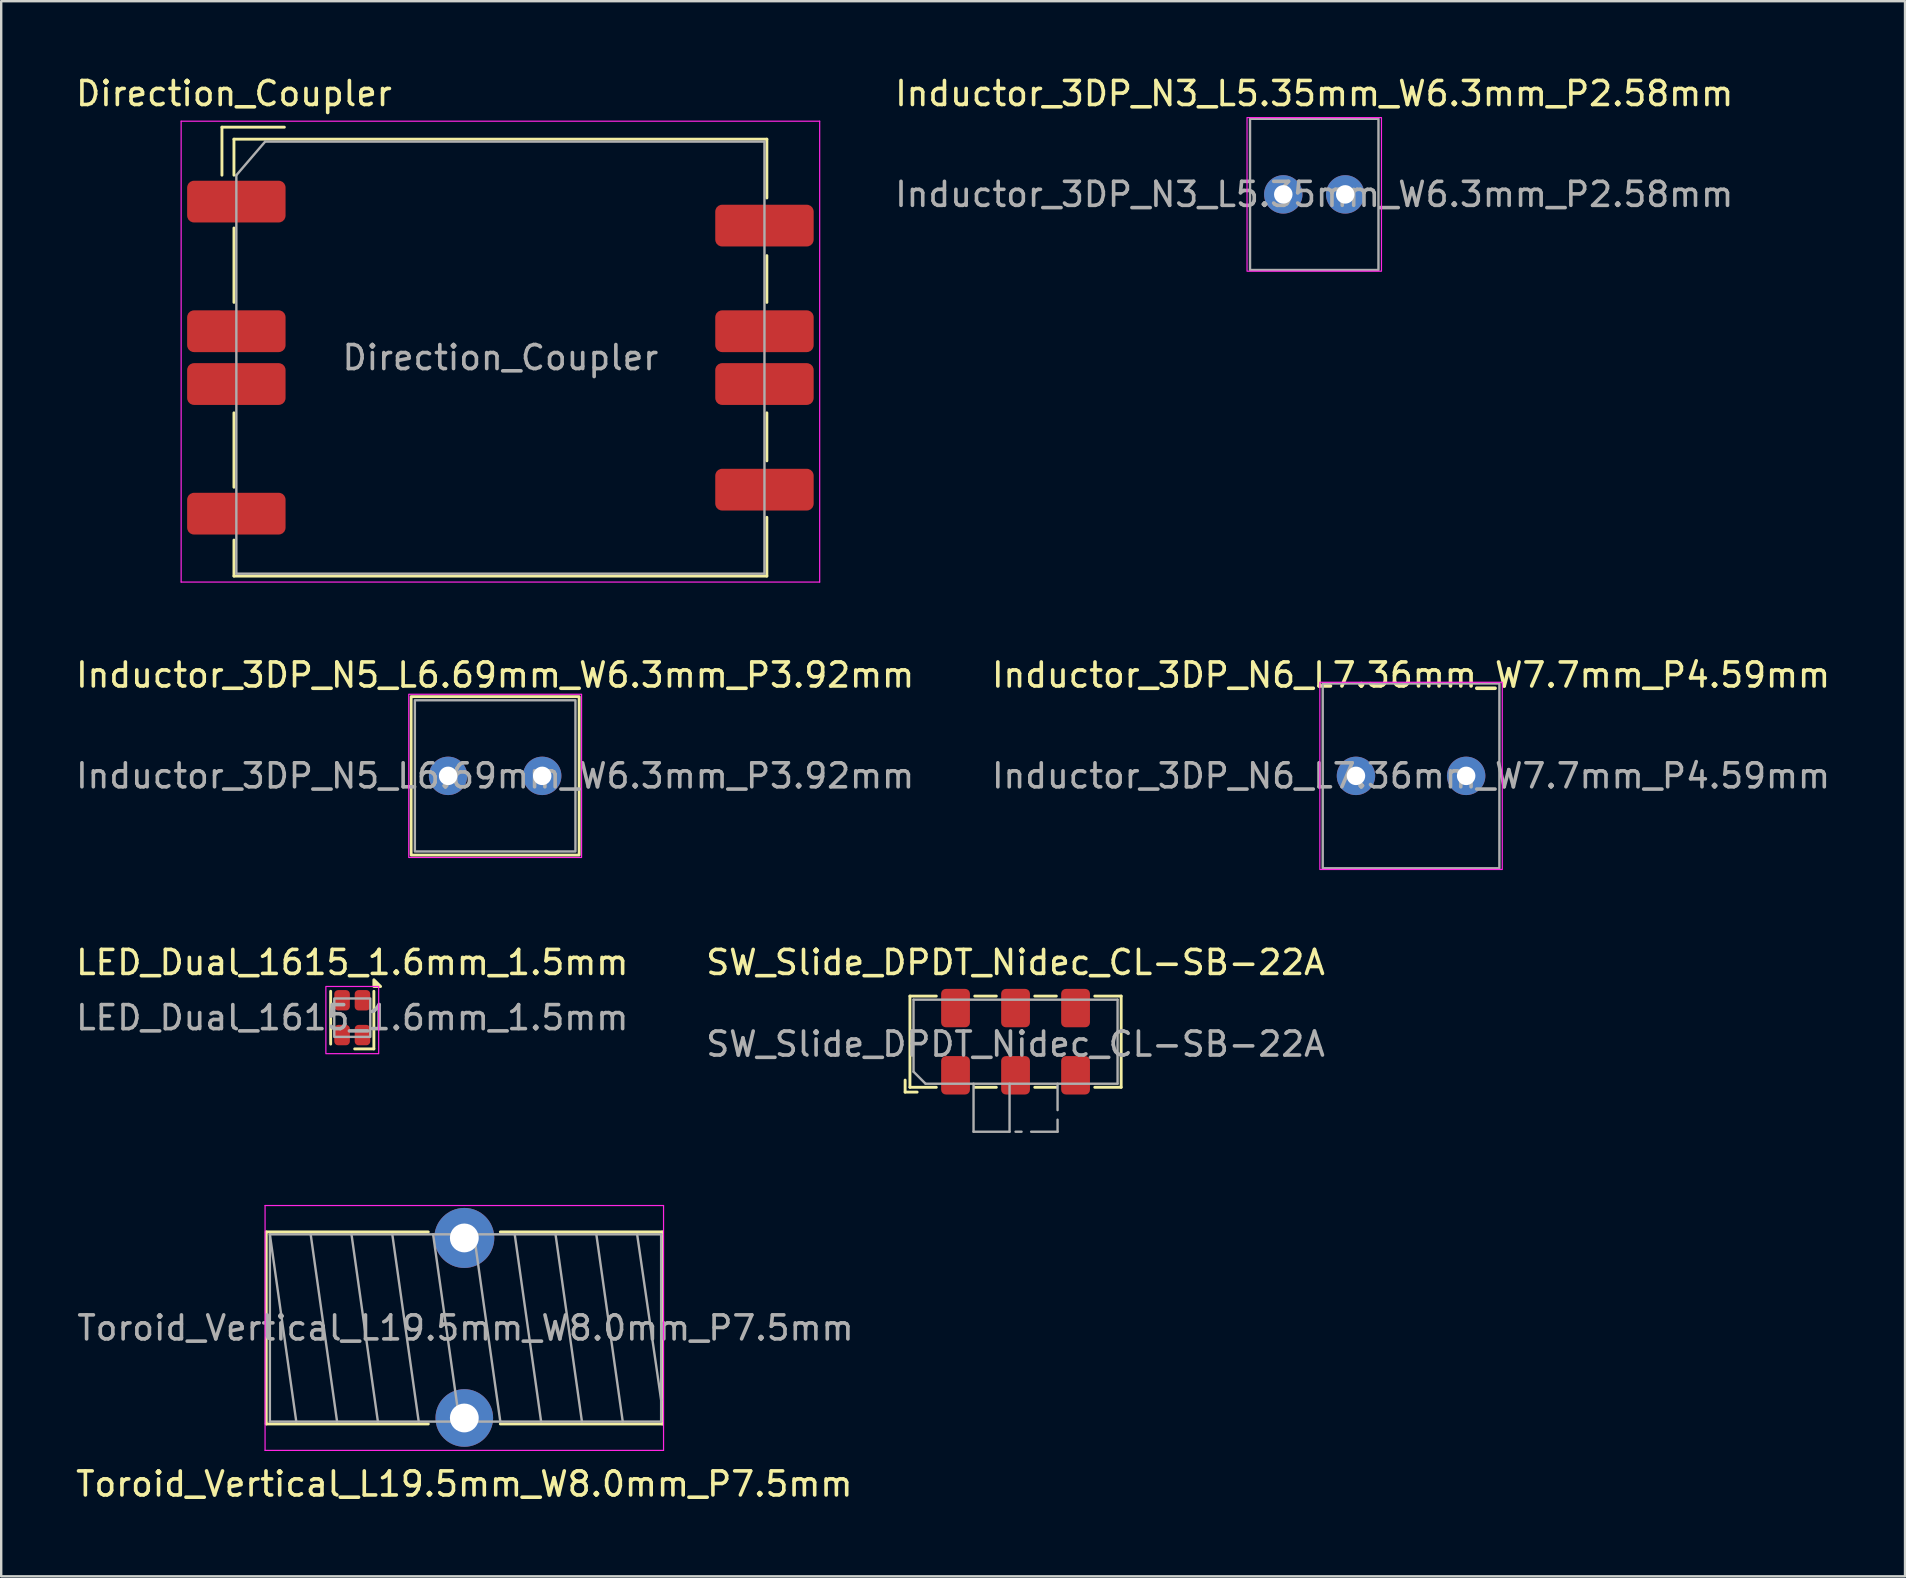
<source format=kicad_pcb>
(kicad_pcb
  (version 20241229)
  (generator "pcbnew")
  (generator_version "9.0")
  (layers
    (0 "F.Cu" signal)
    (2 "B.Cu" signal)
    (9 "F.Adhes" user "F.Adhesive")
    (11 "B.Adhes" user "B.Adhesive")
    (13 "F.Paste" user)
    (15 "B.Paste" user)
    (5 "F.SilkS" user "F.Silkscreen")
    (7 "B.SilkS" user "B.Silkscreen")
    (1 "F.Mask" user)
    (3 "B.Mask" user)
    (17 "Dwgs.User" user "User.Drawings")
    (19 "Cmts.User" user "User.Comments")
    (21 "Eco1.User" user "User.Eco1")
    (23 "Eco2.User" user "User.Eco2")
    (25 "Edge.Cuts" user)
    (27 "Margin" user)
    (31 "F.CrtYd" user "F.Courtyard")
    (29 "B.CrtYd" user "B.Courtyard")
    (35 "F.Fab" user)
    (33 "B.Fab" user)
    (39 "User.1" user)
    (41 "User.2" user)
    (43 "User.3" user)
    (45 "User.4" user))
  (footprint "Inductor_3DP_N3_L5.35mm_W6.3mm_P2.58mm"
    (layer "F.Cu")
    (at 51.699 5.048)
    (property "Reference" "Inductor_3DP_N3_L5.35mm_W6.3mm_P2.58mm" (at 0 -4.2 0) (unlocked yes) (layer "F.SilkS") (effects (font (size 1 1) (thickness 0.15))))
    (attr through_hole)
    (fp_rect (start -2.8 -3.2) (end 2.8 3.2) (stroke (width 0.05) (type default)) (fill no) (layer "F.CrtYd"))
    (fp_rect (start -2.675 -3.15) (end 2.675 3.15) (stroke (width 0.1) (type default)) (fill no) (layer "F.Fab"))
    (fp_text user "${REFERENCE}" (at 0 0 0) (unlocked yes) (layer "F.Fab") (effects (font (size 1 1) (thickness 0.15))))
    (pad "1" thru_hole circle (at -1.29 0) (size 1.6 1.6) (drill 0.77) (layers "*.Cu" "*.Mask"))
    (pad "2" thru_hole circle (at 1.29 0) (size 1.6 1.6) (drill 0.77) (layers "*.Cu" "*.Mask")))
  (footprint "LED_Dual_1615_1.6mm_1.5mm"
    (layer "F.Cu")
    (at 11.625 39.345)
    (property "Reference" "LED_Dual_1615_1.6mm_1.5mm" (at 0 -2.3 0) (unlocked yes) (layer "F.SilkS") (effects (font (size 1 1) (thickness 0.15))))
    (attr smd)
    (fp_line (start -0.9 -1.1) (end -0.9 1.1) (stroke (width 0.12) (type default)) (layer "F.SilkS"))
    (fp_line (start 0.9 -1.1) (end 0.9 1.3) (stroke (width 0.12) (type default)) (layer "F.SilkS"))
    (fp_line (start 0.9 1.3) (end 0.1 1.3) (stroke (width 0.12) (type default)) (layer "F.SilkS"))
    (fp_poly (pts (xy 0.9 -1.3) (xy 0.9 -1.58) (xy 1.18 -1.3) (xy 0.9 -1.3)) (stroke (width 0.12) (type solid)) (fill yes) (layer "F.SilkS"))
    (fp_rect (start -1.1 -1.3) (end 1.1 1.5) (stroke (width 0.05) (type default)) (fill no) (layer "F.CrtYd"))
    (fp_rect (start -0.75 -0.8) (end 0.75 0.8) (stroke (width 0.1) (type default)) (fill no) (layer "F.Fab"))
    (fp_text user "${REFERENCE}" (at 0 0 0) (unlocked yes) (layer "F.Fab") (effects (font (size 1 1) (thickness 0.15))))
    (pad "1" smd roundrect (at 0.425 -0.725) (size 0.65 0.85) (layers "F.Cu" "F.Mask" "F.Paste") (roundrect_rratio 0.25))
    (pad "2" smd roundrect (at -0.425 -0.725) (size 0.65 0.85) (layers "F.Cu" "F.Mask" "F.Paste") (roundrect_rratio 0.25))
    (pad "3" smd roundrect (at 0.425 0.725) (size 0.65 0.85) (layers "F.Cu" "F.Mask" "F.Paste") (roundrect_rratio 0.25))
    (pad "4" smd roundrect (at -0.425 0.725) (size 0.65 0.85) (layers "F.Cu" "F.Mask" "F.Paste") (roundrect_rratio 0.25)))
  (footprint "Direction_Coupler"
    (layer "F.Cu")
    (at 17.796 11.848)
    (property "Reference" "Direction_Coupler" (at -11.1 -11 0) (unlocked yes) (layer "F.SilkS") (effects (font (size 1 1) (thickness 0.15))))
    (attr smd)
    (fp_line (start -11.6 -9.6) (end -11.6 -7.6) (stroke (width 0.12) (type default)) (layer "F.SilkS"))
    (fp_line (start -11.1 -9.1) (end -11.1 -7.6) (stroke (width 0.12) (type default)) (layer "F.SilkS"))
    (fp_line (start -11.1 -5.4) (end -11.1 -2.3) (stroke (width 0.12) (type default)) (layer "F.SilkS"))
    (fp_line (start -11.1 2.3) (end -11.1 5.4) (stroke (width 0.12) (type default)) (layer "F.SilkS"))
    (fp_line (start -11.1 7.6) (end -11.1 9.1) (stroke (width 0.12) (type default)) (layer "F.SilkS"))
    (fp_line (start -11.1 9.1) (end 11.1 9.1) (stroke (width 0.12) (type default)) (layer "F.SilkS"))
    (fp_line (start -9 -9.6) (end -11.6 -9.6) (stroke (width 0.12) (type default)) (layer "F.SilkS"))
    (fp_line (start 11.1 -9.1) (end -11.1 -9.1) (stroke (width 0.12) (type default)) (layer "F.SilkS"))
    (fp_line (start 11.1 -6.65) (end 11.1 -9.1) (stroke (width 0.12) (type default)) (layer "F.SilkS"))
    (fp_line (start 11.1 -2.3) (end 11.1 -4.25) (stroke (width 0.12) (type default)) (layer "F.SilkS"))
    (fp_line (start 11.1 2.3) (end 11.1 4.3) (stroke (width 0.12) (type default)) (layer "F.SilkS"))
    (fp_line (start 11.1 9.1) (end 11.1 6.65) (stroke (width 0.12) (type default)) (layer "F.SilkS"))
    (fp_line (start -13.3 -9.85) (end -13.3 9.35) (stroke (width 0.05) (type default)) (layer "F.CrtYd"))
    (fp_line (start -13.3 9.35) (end 13.3 9.35) (stroke (width 0.05) (type default)) (layer "F.CrtYd"))
    (fp_line (start 13.3 -9.85) (end -13.3 -9.85) (stroke (width 0.05) (type default)) (layer "F.CrtYd"))
    (fp_line (start 13.3 9.35) (end 13.3 -9.85) (stroke (width 0.05) (type default)) (layer "F.CrtYd"))
    (fp_line (start -11 -7.6) (end -11 9) (stroke (width 0.1) (type default)) (layer "F.Fab"))
    (fp_line (start -11 9) (end 11 9) (stroke (width 0.1) (type default)) (layer "F.Fab"))
    (fp_line (start -9.8 -9) (end -11 -7.6) (stroke (width 0.1) (type default)) (layer "F.Fab"))
    (fp_line (start 11 -9) (end -9.8 -9) (stroke (width 0.1) (type default)) (layer "F.Fab"))
    (fp_line (start 11 9) (end 11 -9) (stroke (width 0.1) (type default)) (layer "F.Fab"))
    (fp_text user "${REFERENCE}" (at 0 0 0) (unlocked yes) (layer "F.Fab") (effects (font (size 1 1) (thickness 0.15))))
    (pad "1" smd roundrect (at -11 -6.5) (size 4.1 1.74) (layers "F.Cu" "F.Mask" "F.Paste") (roundrect_rratio 0.164))
    (pad "2" smd roundrect (at -11 -1.1) (size 4.1 1.74) (layers "F.Cu" "F.Mask" "F.Paste") (roundrect_rratio 0.164))
    (pad "3" smd roundrect (at -11 1.1) (size 4.1 1.74) (layers "F.Cu" "F.Mask" "F.Paste") (roundrect_rratio 0.164))
    (pad "4" smd roundrect (at -11 6.5) (size 4.1 1.74) (layers "F.Cu" "F.Mask" "F.Paste") (roundrect_rratio 0.164))
    (pad "5" smd roundrect (at 11 5.5) (size 4.1 1.74) (layers "F.Cu" "F.Mask" "F.Paste") (roundrect_rratio 0.164))
    (pad "6" smd roundrect (at 11 1.1) (size 4.1 1.74) (layers "F.Cu" "F.Mask" "F.Paste") (roundrect_rratio 0.164))
    (pad "7" smd roundrect (at 11 -1.1) (size 4.1 1.74) (layers "F.Cu" "F.Mask" "F.Paste") (roundrect_rratio 0.164))
    (pad "8" smd roundrect (at 11 -5.5) (size 4.1 1.74) (layers "F.Cu" "F.Mask" "F.Paste") (roundrect_rratio 0.164)))
  (footprint "Inductor_3DP_N5_L6.69mm_W6.3mm_P3.92mm"
    (layer "F.Cu")
    (at 17.577 29.271)
    (property "Reference" "Inductor_3DP_N5_L6.69mm_W6.3mm_P3.92mm" (at 0 -4.2 0) (unlocked yes) (layer "F.SilkS") (effects (font (size 1 1) (thickness 0.15))))
    (attr through_hole)
    (fp_rect (start -3.5 -3.3) (end 3.5 3.3) (stroke (width 0.12) (type default)) (fill no) (layer "F.SilkS"))
    (fp_rect (start -3.6 -3.4) (end 3.6 3.4) (stroke (width 0.05) (type default)) (fill no) (layer "F.CrtYd"))
    (fp_rect (start -3.345 -3.15) (end 3.345 3.15) (stroke (width 0.1) (type default)) (fill no) (layer "F.Fab"))
    (fp_text user "${REFERENCE}" (at 0 0 0) (unlocked yes) (layer "F.Fab") (effects (font (size 1 1) (thickness 0.15))))
    (pad "1" thru_hole circle (at -1.96 0) (size 1.6 1.6) (drill 0.77) (layers "*.Cu" "*.Mask"))
    (pad "2" thru_hole circle (at 1.96 0) (size 1.6 1.6) (drill 0.77) (layers "*.Cu" "*.Mask")))
  (footprint "SW_Slide_DPDT_Nidec_CL-SB-22A"
    (layer "F.Cu")
    (at 39.256 40.345)
    (property "Reference" "SW_Slide_DPDT_Nidec_CL-SB-22A" (at 0 -3.3 0) (unlocked yes) (layer "F.SilkS") (effects (font (size 1 1) (thickness 0.15))))
    (attr smd)
    (fp_line (start -4.6 2.1) (end -4.6 1.6) (stroke (width 0.12) (type default)) (layer "F.SilkS"))
    (fp_line (start -4.4 -1.9) (end -3.3 -1.9) (stroke (width 0.12) (type default)) (layer "F.SilkS"))
    (fp_line (start -4.4 1.9) (end -4.4 -1.9) (stroke (width 0.12) (type default)) (layer "F.SilkS"))
    (fp_line (start -4.1 2.1) (end -4.6 2.1) (stroke (width 0.12) (type default)) (layer "F.SilkS"))
    (fp_line (start -3.3 1.9) (end -4.4 1.9) (stroke (width 0.12) (type default)) (layer "F.SilkS"))
    (fp_line (start -1.7 1.9) (end -0.8 1.9) (stroke (width 0.12) (type default)) (layer "F.SilkS"))
    (fp_line (start -0.8 -1.9) (end -1.7 -1.9) (stroke (width 0.12) (type default)) (layer "F.SilkS"))
    (fp_line (start 0.8 1.9) (end 1.7 1.9) (stroke (width 0.12) (type default)) (layer "F.SilkS"))
    (fp_line (start 1.7 -1.9) (end 0.8 -1.9) (stroke (width 0.12) (type default)) (layer "F.SilkS"))
    (fp_line (start 3.3 1.9) (end 4.4 1.9) (stroke (width 0.12) (type default)) (layer "F.SilkS"))
    (fp_line (start 4.4 -1.9) (end 3.3 -1.9) (stroke (width 0.12) (type default)) (layer "F.SilkS"))
    (fp_line (start 4.4 1.9) (end 4.4 -1.9) (stroke (width 0.12) (type default)) (layer "F.SilkS"))
    (fp_line (start -4.25 -1.75) (end -4.25 1.25) (stroke (width 0.1) (type default)) (layer "F.Fab"))
    (fp_line (start -4.25 1.25) (end -3.75 1.75) (stroke (width 0.1) (type default)) (layer "F.Fab"))
    (fp_line (start -3.75 1.75) (end 4.25 1.75) (stroke (width 0.1) (type default)) (layer "F.Fab"))
    (fp_line (start -1.75 1.75) (end -1.75 3.75) (stroke (width 0.1) (type default)) (layer "F.Fab"))
    (fp_line (start -1.75 3.75) (end -0.25 3.75) (stroke (width 0.1) (type default)) (layer "F.Fab"))
    (fp_line (start -0.25 3.75) (end -0.25 1.75) (stroke (width 0.1) (type default)) (layer "F.Fab"))
    (fp_line (start 1.75 1.75) (end 1.75 3.75) (stroke (width 0.1) (type dash)) (layer "F.Fab"))
    (fp_line (start 1.75 3.75) (end 0 3.75) (stroke (width 0.1) (type dash)) (layer "F.Fab"))
    (fp_line (start 4.25 -1.75) (end -4.25 -1.75) (stroke (width 0.1) (type default)) (layer "F.Fab"))
    (fp_line (start 4.25 1.75) (end 4.25 -1.75) (stroke (width 0.1) (type default)) (layer "F.Fab"))
    (fp_text user "${REFERENCE}" (at 0 0.1 0) (unlocked yes) (layer "F.Fab") (effects (font (size 1 1) (thickness 0.15))))
    (pad "1" smd roundrect (at -2.5 1.4) (size 1.2 1.6) (layers "F.Cu" "F.Mask" "F.Paste") (roundrect_rratio 0.164))
    (pad "2" smd roundrect (at 0 1.4) (size 1.2 1.6) (layers "F.Cu" "F.Mask" "F.Paste") (roundrect_rratio 0.164))
    (pad "3" smd roundrect (at 2.5 1.4) (size 1.2 1.6) (layers "F.Cu" "F.Mask" "F.Paste") (roundrect_rratio 0.164))
    (pad "4" smd roundrect (at 2.5 -1.4) (size 1.2 1.6) (layers "F.Cu" "F.Mask" "F.Paste") (roundrect_rratio 0.164))
    (pad "5" smd roundrect (at 0 -1.4) (size 1.2 1.6) (layers "F.Cu" "F.Mask" "F.Paste") (roundrect_rratio 0.164))
    (pad "6" smd roundrect (at -2.5 -1.4) (size 1.2 1.6) (layers "F.Cu" "F.Mask" "F.Paste") (roundrect_rratio 0.164))
    (zone (net_name "") (layer "F.Cu") (hatch edge 0.5) (connect_pads) (min_thickness 0.25) (filled_areas_thickness no) (keepout (tracks allowed) (vias allowed) (pads allowed) (copperpour allowed) (footprints not_allowed)) (placement (enabled no)) (fill) (polygon (pts (xy 37.456 44.145) (xy 41.056 44.145) (xy 41.056 42.145) (xy 37.456 42.145)))))
  (footprint "Toroid_Vertical_L19.5mm_W8.0mm_P7.5mm"
    (layer "F.Cu")
    (at 16.292 52.27)
    (property "Reference" "Toroid_Vertical_L19.5mm_W8.0mm_P7.5mm" (at 0 6.5 0) (layer "F.SilkS") (effects (font (size 1 1) (thickness 0.15))))
    (attr through_hole)
    (fp_line (start -8.25 -4) (end -8.25 4) (stroke (width 0.12) (type solid)) (layer "F.SilkS"))
    (fp_line (start -8.25 4) (end -1.5 4) (stroke (width 0.12) (type solid)) (layer "F.SilkS"))
    (fp_line (start -1.5 -4) (end -8.25 -4) (stroke (width 0.12) (type solid)) (layer "F.SilkS"))
    (fp_line (start 1.5 -4) (end 8.25 -4) (stroke (width 0.12) (type solid)) (layer "F.SilkS"))
    (fp_line (start 8.25 -4) (end 8.25 4) (stroke (width 0.12) (type solid)) (layer "F.SilkS"))
    (fp_line (start 8.25 4) (end 1.5 4) (stroke (width 0.12) (type solid)) (layer "F.SilkS"))
    (fp_line (start -8.3 -5.1) (end -8.3 5.1) (stroke (width 0.05) (type solid)) (layer "F.CrtYd"))
    (fp_line (start -8.3 5.1) (end 8.3 5.1) (stroke (width 0.05) (type solid)) (layer "F.CrtYd"))
    (fp_line (start 8.3 -5.1) (end -8.3 -5.1) (stroke (width 0.05) (type solid)) (layer "F.CrtYd"))
    (fp_line (start 8.3 5.1) (end 8.3 -5.1) (stroke (width 0.05) (type solid)) (layer "F.CrtYd"))
    (fp_line (start -8.1 -3.9) (end -8.1 3.9) (stroke (width 0.1) (type solid)) (layer "F.Fab"))
    (fp_line (start -8.1 -3.9) (end -7 3.9) (stroke (width 0.1) (type solid)) (layer "F.Fab"))
    (fp_line (start -8.1 3.9) (end 8.2 3.9) (stroke (width 0.1) (type solid)) (layer "F.Fab"))
    (fp_line (start -6.4 -3.9) (end -5.3 3.9) (stroke (width 0.1) (type solid)) (layer "F.Fab"))
    (fp_line (start -4.7 -3.9) (end -3.6 3.9) (stroke (width 0.1) (type solid)) (layer "F.Fab"))
    (fp_line (start -3 -3.9) (end -1.9 3.9) (stroke (width 0.1) (type solid)) (layer "F.Fab"))
    (fp_line (start -1.3 -3.9) (end -0.2 3.9) (stroke (width 0.1) (type solid)) (layer "F.Fab"))
    (fp_line (start 0.4 -3.9) (end 1.5 3.9) (stroke (width 0.1) (type solid)) (layer "F.Fab"))
    (fp_line (start 2.1 -3.9) (end 3.2 3.9) (stroke (width 0.1) (type solid)) (layer "F.Fab"))
    (fp_line (start 3.8 -3.9) (end 4.9 3.9) (stroke (width 0.1) (type solid)) (layer "F.Fab"))
    (fp_line (start 5.5 -3.9) (end 6.6 3.9) (stroke (width 0.1) (type solid)) (layer "F.Fab"))
    (fp_line (start 7.2 -3.9) (end 8.2 3) (stroke (width 0.1) (type solid)) (layer "F.Fab"))
    (fp_line (start 8.2 -3.9) (end -8.1 -3.9) (stroke (width 0.1) (type solid)) (layer "F.Fab"))
    (fp_line (start 8.2 3.9) (end 8.2 -3.9) (stroke (width 0.1) (type solid)) (layer "F.Fab"))
    (fp_text user "${REFERENCE}" (at 0.05 0 0) (layer "F.Fab") (effects (font (size 1 1) (thickness 0.15))))
    (pad "1" thru_hole circle (at 0 3.75) (size 2.4 2.4) (drill 1.2) (layers "*.Cu" "*.Mask"))
    (pad "2" thru_hole circle (at 0 -3.75) (size 2.5 2.5) (drill 1.2) (layers "*.Cu" "*.Mask")))
  (footprint "Inductor_3DP_N6_L7.36mm_W7.7mm_P4.59mm"
    (layer "F.Cu")
    (at 55.732 29.271)
    (property "Reference" "Inductor_3DP_N6_L7.36mm_W7.7mm_P4.59mm" (at 0 -4.2 0) (unlocked yes) (layer "F.SilkS") (effects (font (size 1 1) (thickness 0.15))))
    (attr through_hole)
    (fp_rect (start -3.8 -3.9) (end 3.8 3.9) (stroke (width 0.05) (type default)) (fill no) (layer "F.CrtYd"))
    (fp_rect (start -3.68 -3.85) (end 3.68 3.85) (stroke (width 0.1) (type default)) (fill no) (layer "F.Fab"))
    (fp_text user "${REFERENCE}" (at 0 0 0) (unlocked yes) (layer "F.Fab") (effects (font (size 1 1) (thickness 0.15))))
    (pad "1" thru_hole circle (at -2.295 0) (size 1.6 1.6) (drill 0.77) (layers "*.Cu" "*.Mask"))
    (pad "2" thru_hole circle (at 2.295 0) (size 1.6 1.6) (drill 0.77) (layers "*.Cu" "*.Mask")))
  (gr_rect
    (start -3 -3)
    (end 76.31 62.618)
    (stroke (width 0.1) (type default))
    (fill no)
    (layer "Edge.Cuts")))
</source>
